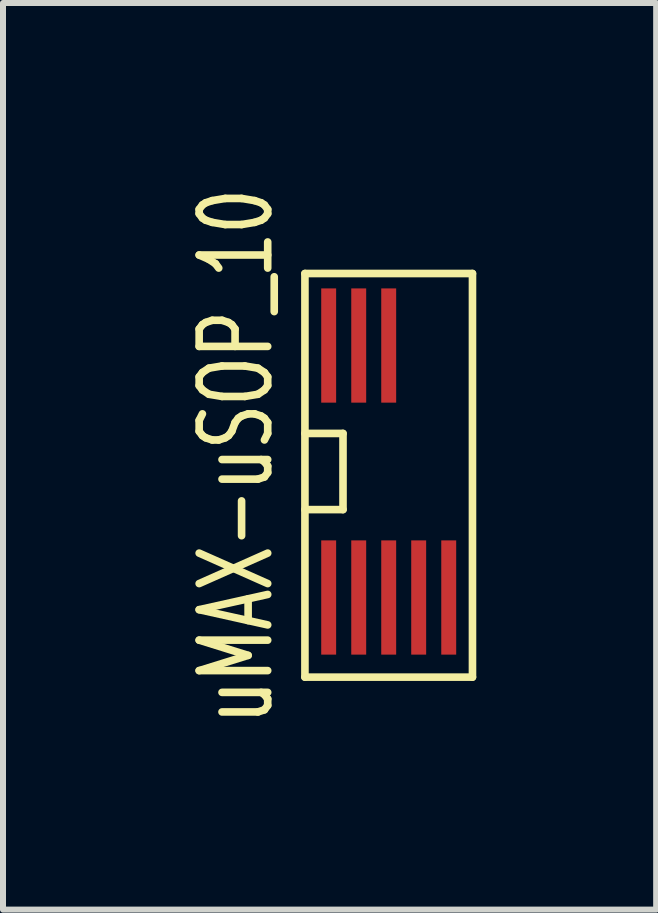
<source format=kicad_pcb>
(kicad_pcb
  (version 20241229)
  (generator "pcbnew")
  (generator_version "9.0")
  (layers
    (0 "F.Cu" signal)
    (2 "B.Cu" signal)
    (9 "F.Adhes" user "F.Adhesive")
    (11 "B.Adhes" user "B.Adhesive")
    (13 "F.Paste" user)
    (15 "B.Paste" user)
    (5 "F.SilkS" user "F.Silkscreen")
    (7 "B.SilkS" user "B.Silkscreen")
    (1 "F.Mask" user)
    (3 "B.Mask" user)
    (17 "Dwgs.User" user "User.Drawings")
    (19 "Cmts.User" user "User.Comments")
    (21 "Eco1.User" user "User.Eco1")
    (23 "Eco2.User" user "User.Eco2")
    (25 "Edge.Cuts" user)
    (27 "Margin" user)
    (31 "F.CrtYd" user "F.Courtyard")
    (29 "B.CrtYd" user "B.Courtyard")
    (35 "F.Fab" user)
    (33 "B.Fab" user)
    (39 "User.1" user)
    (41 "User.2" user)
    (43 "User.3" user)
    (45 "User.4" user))
  (footprint "uMAX-uSOP_10"
    (layer "F.Cu")
    (at 3.432 4.813)
    (property "Reference" "uMAX-uSOP_10" (at -2.54 -0.254 90) (layer "F.SilkS") (effects (font (size 1.143 0.762) (thickness 0.127))))
    (attr smd)
    (fp_line (start -1.397 -3.302) (end 1.397 -3.302) (stroke (width 0.127) (type solid)) (layer "F.SilkS"))
    (fp_line (start -1.397 -0.635) (end -0.762 -0.635) (stroke (width 0.127) (type solid)) (layer "F.SilkS"))
    (fp_line (start -1.397 3.429) (end -1.397 -3.302) (stroke (width 0.127) (type solid)) (layer "F.SilkS"))
    (fp_line (start -0.762 -0.635) (end -0.762 0.635) (stroke (width 0.127) (type solid)) (layer "F.SilkS"))
    (fp_line (start -0.762 0.635) (end -1.397 0.635) (stroke (width 0.127) (type solid)) (layer "F.SilkS"))
    (fp_line (start 1.397 -3.302) (end 1.397 3.429) (stroke (width 0.127) (type solid)) (layer "F.SilkS"))
    (fp_line (start 1.397 3.429) (end -1.397 3.429) (stroke (width 0.127) (type solid)) (layer "F.SilkS"))
    (pad "1" smd rect (at -1.001 2.101) (size 0.249 1.905) (layers "F.Cu" "F.Mask" "F.Paste"))
    (pad "2" smd rect (at -0.5 2.101) (size 0.249 1.905) (layers "F.Cu" "F.Mask" "F.Paste"))
    (pad "3" smd rect (at 0 2.101) (size 0.249 1.905) (layers "F.Cu" "F.Mask" "F.Paste"))
    (pad "4" smd rect (at 0.5 2.101) (size 0.249 1.905) (layers "F.Cu" "F.Mask" "F.Paste"))
    (pad "5" smd rect (at 1.001 2.101) (size 0.249 1.905) (layers "F.Cu" "F.Mask" "F.Paste"))
    (pad "8" smd rect (at 0 -2.101) (size 0.249 1.905) (layers "F.Cu" "F.Mask" "F.Paste"))
    (pad "9" smd rect (at -0.5 -2.101) (size 0.249 1.905) (layers "F.Cu" "F.Mask" "F.Paste"))
    (pad "10" smd rect (at -1.001 -2.101) (size 0.249 1.905) (layers "F.Cu" "F.Mask" "F.Paste")))
  (gr_rect
    (start -3 -3)
    (end 7.892 12.119)
    (stroke (width 0.1) (type default))
    (fill no)
    (layer "Edge.Cuts")))
</source>
